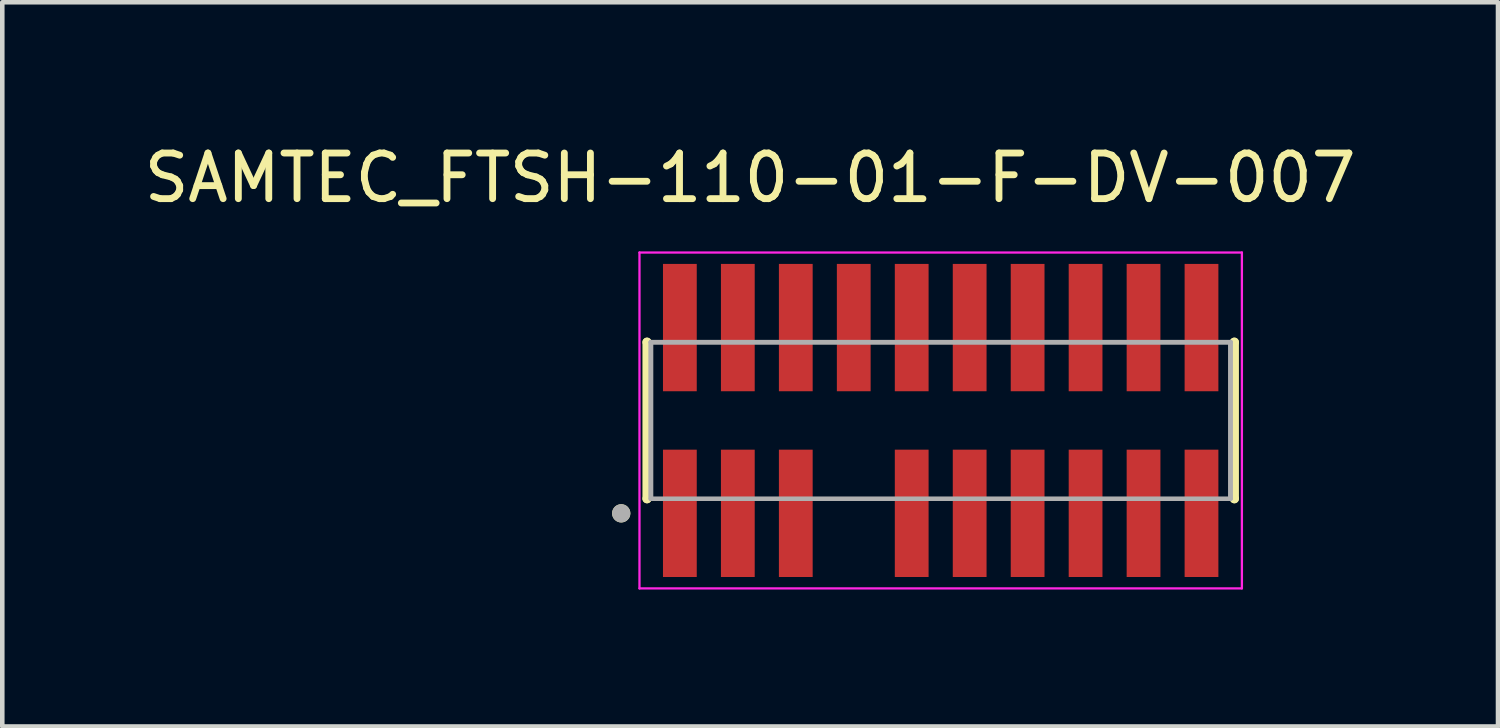
<source format=kicad_pcb>
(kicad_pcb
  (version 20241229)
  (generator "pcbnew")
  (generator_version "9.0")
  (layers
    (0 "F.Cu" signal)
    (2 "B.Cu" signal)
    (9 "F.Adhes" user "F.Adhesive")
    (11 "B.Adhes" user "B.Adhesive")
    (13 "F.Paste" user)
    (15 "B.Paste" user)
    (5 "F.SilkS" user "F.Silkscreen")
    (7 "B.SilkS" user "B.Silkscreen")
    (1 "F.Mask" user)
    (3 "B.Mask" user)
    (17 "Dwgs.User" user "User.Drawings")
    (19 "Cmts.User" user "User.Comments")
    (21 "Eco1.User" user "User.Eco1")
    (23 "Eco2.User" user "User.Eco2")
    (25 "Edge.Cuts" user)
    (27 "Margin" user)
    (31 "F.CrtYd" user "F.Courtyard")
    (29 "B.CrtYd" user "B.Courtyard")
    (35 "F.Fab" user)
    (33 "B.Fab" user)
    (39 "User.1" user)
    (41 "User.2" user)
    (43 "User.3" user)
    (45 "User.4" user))
  (footprint "SAMTEC_FTSH-110-01-F-DV-007"
    (layer "F.Cu")
    (at 17.562 6.163)
    (property "Reference" "SAMTEC_FTSH-110-01-F-DV-007" (at -4.175 -5.315 0) (layer "F.SilkS") (effects (font (size 1 1) (thickness 0.15))))
    (attr smd)
    (fp_line (start -6.435 -1.715) (end -6.435 -1.715) (stroke (width 0.2) (type solid)) (layer "F.SilkS"))
    (fp_line (start -6.435 1.715) (end -6.435 -1.715) (stroke (width 0.2) (type solid)) (layer "F.SilkS"))
    (fp_line (start -6.435 1.715) (end -6.435 1.715) (stroke (width 0.2) (type solid)) (layer "F.SilkS"))
    (fp_line (start 6.435 -1.715) (end 6.435 -1.715) (stroke (width 0.2) (type solid)) (layer "F.SilkS"))
    (fp_line (start 6.435 -1.715) (end 6.435 1.715) (stroke (width 0.2) (type solid)) (layer "F.SilkS"))
    (fp_line (start 6.435 1.715) (end 6.435 1.715) (stroke (width 0.2) (type solid)) (layer "F.SilkS"))
    (fp_circle (center -7 2.035) (end -6.9 2.035) (stroke (width 0.2) (type solid)) (fill no) (layer "F.SilkS"))
    (fp_line (start -6.6 -3.68) (end 6.6 -3.68) (stroke (width 0.05) (type solid)) (layer "F.CrtYd"))
    (fp_line (start -6.6 3.68) (end -6.6 -3.68) (stroke (width 0.05) (type solid)) (layer "F.CrtYd"))
    (fp_line (start 6.6 -3.68) (end 6.6 3.68) (stroke (width 0.05) (type solid)) (layer "F.CrtYd"))
    (fp_line (start 6.6 3.68) (end -6.6 3.68) (stroke (width 0.05) (type solid)) (layer "F.CrtYd"))
    (fp_line (start -6.35 -1.715) (end 6.35 -1.715) (stroke (width 0.1) (type solid)) (layer "F.Fab"))
    (fp_line (start -6.35 -1.715) (end 6.35 -1.715) (stroke (width 0.1) (type solid)) (layer "F.Fab"))
    (fp_line (start -6.35 1.715) (end -6.35 -1.715) (stroke (width 0.1) (type solid)) (layer "F.Fab"))
    (fp_line (start -6.35 1.715) (end -6.35 -1.715) (stroke (width 0.1) (type solid)) (layer "F.Fab"))
    (fp_line (start 6.35 -1.715) (end 6.35 1.715) (stroke (width 0.1) (type solid)) (layer "F.Fab"))
    (fp_line (start 6.35 -1.715) (end 6.35 1.715) (stroke (width 0.1) (type solid)) (layer "F.Fab"))
    (fp_line (start 6.35 1.715) (end -6.35 1.715) (stroke (width 0.1) (type solid)) (layer "F.Fab"))
    (fp_circle (center -7 2.035) (end -6.9 2.035) (stroke (width 0.2) (type solid)) (fill no) (layer "F.Fab"))
    (pad "1" smd rect (at -5.715 2.035) (size 0.74 2.79) (layers "F.Cu" "F.Mask" "F.Paste"))
    (pad "2" smd rect (at -5.715 -2.035) (size 0.74 2.79) (layers "F.Cu" "F.Mask" "F.Paste"))
    (pad "3" smd rect (at -4.445 2.035) (size 0.74 2.79) (layers "F.Cu" "F.Mask" "F.Paste"))
    (pad "4" smd rect (at -4.445 -2.035) (size 0.74 2.79) (layers "F.Cu" "F.Mask" "F.Paste"))
    (pad "5" smd rect (at -3.175 2.035) (size 0.74 2.79) (layers "F.Cu" "F.Mask" "F.Paste"))
    (pad "6" smd rect (at -3.175 -2.035) (size 0.74 2.79) (layers "F.Cu" "F.Mask" "F.Paste"))
    (pad "8" smd rect (at -1.905 -2.035) (size 0.74 2.79) (layers "F.Cu" "F.Mask" "F.Paste"))
    (pad "9" smd rect (at -0.635 2.035) (size 0.74 2.79) (layers "F.Cu" "F.Mask" "F.Paste"))
    (pad "10" smd rect (at -0.635 -2.035) (size 0.74 2.79) (layers "F.Cu" "F.Mask" "F.Paste"))
    (pad "11" smd rect (at 0.635 2.035) (size 0.74 2.79) (layers "F.Cu" "F.Mask" "F.Paste"))
    (pad "12" smd rect (at 0.635 -2.035) (size 0.74 2.79) (layers "F.Cu" "F.Mask" "F.Paste"))
    (pad "13" smd rect (at 1.905 2.035) (size 0.74 2.79) (layers "F.Cu" "F.Mask" "F.Paste"))
    (pad "14" smd rect (at 1.905 -2.035) (size 0.74 2.79) (layers "F.Cu" "F.Mask" "F.Paste"))
    (pad "15" smd rect (at 3.175 2.035) (size 0.74 2.79) (layers "F.Cu" "F.Mask" "F.Paste"))
    (pad "16" smd rect (at 3.175 -2.035) (size 0.74 2.79) (layers "F.Cu" "F.Mask" "F.Paste"))
    (pad "17" smd rect (at 4.445 2.035) (size 0.74 2.79) (layers "F.Cu" "F.Mask" "F.Paste"))
    (pad "18" smd rect (at 4.445 -2.035) (size 0.74 2.79) (layers "F.Cu" "F.Mask" "F.Paste"))
    (pad "19" smd rect (at 5.715 2.035) (size 0.74 2.79) (layers "F.Cu" "F.Mask" "F.Paste"))
    (pad "20" smd rect (at 5.715 -2.035) (size 0.74 2.79) (layers "F.Cu" "F.Mask" "F.Paste")))
  (gr_rect
    (start -3 -3)
    (end 29.774 12.868)
    (stroke (width 0.1) (type default))
    (fill no)
    (layer "Edge.Cuts")))
</source>
